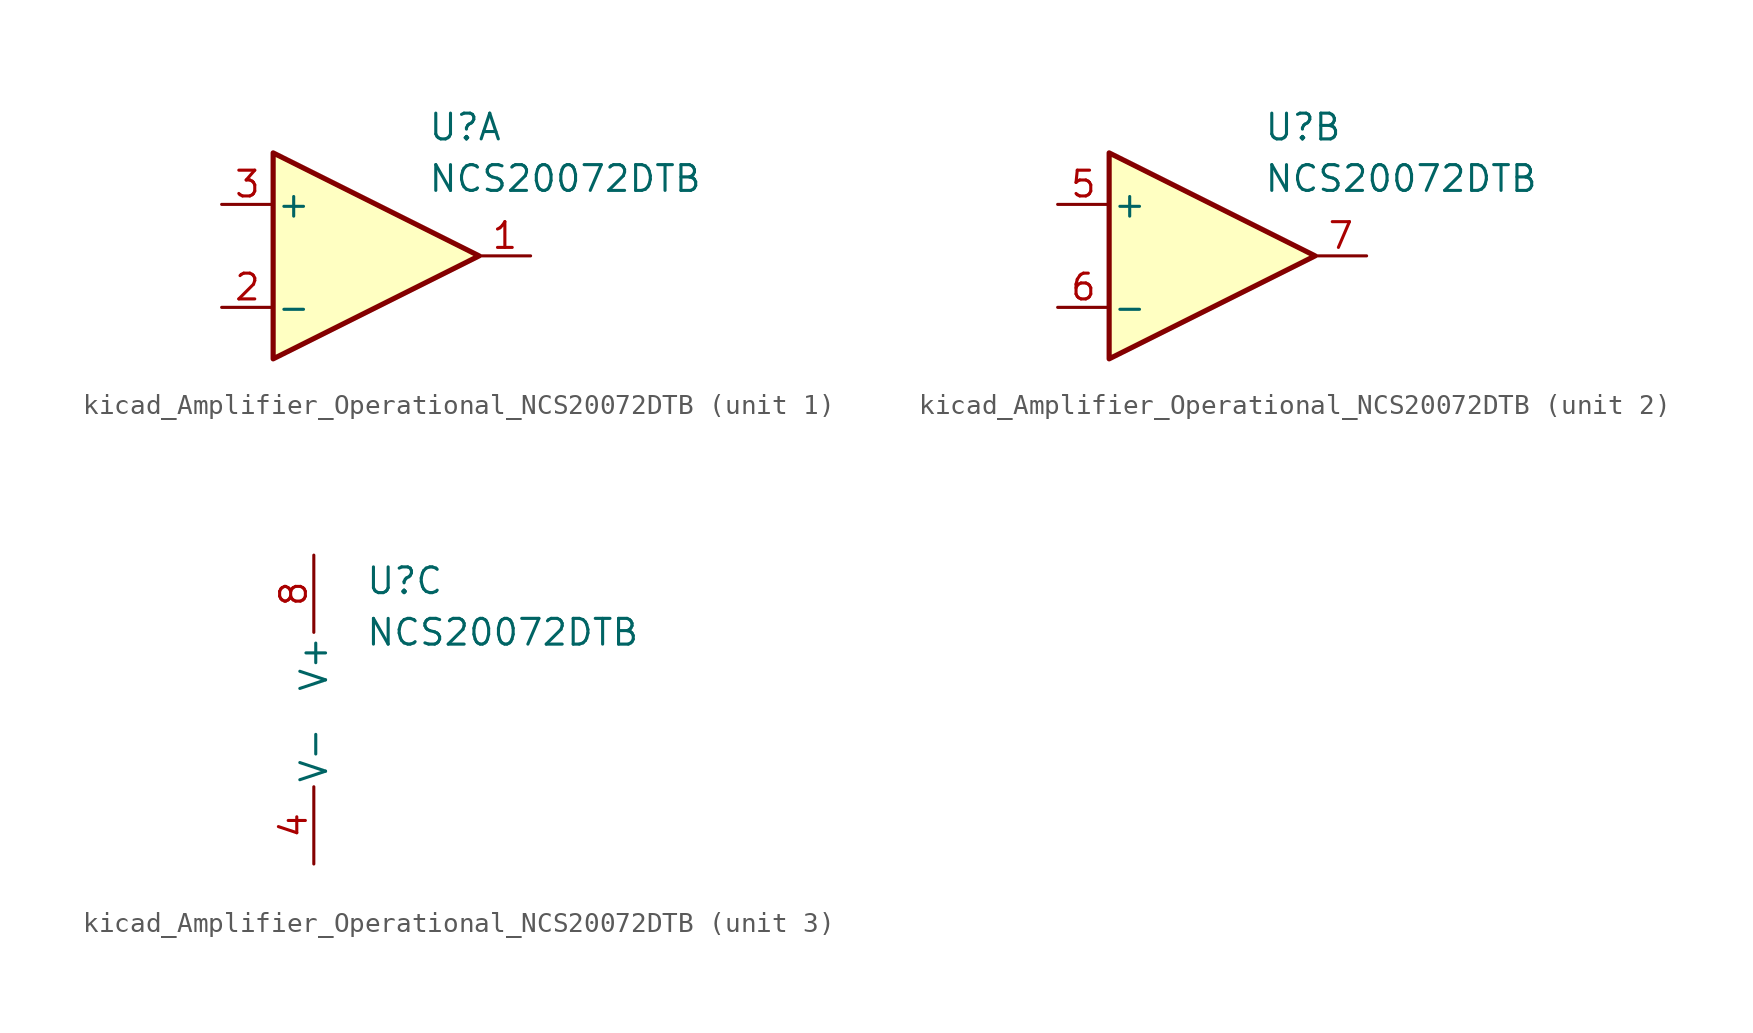
<source format=kicad_sym>
(kicad_symbol_lib
  (version 20220914)
  (generator kicad_symbol_editor)
  (symbol "kicad_Amplifier_Operational_NCS20072DTB"
    (pin_names
      (offset 0.127))
    (property "Reference" "U"
      (at 2.54 6.35 0)
      (effects (font (size 1.27 1.27)) (justify left)))
    (property "Value" "NCS20072DTB"
      (at 2.54 3.81 0)
      (effects (font (size 1.27 1.27)) (justify left)))
    (property "ki_locked" ""
      (at 0 0 0)
      (effects (font (size 1.27 1.27))))
    (symbol "kicad_Amplifier_Operational_NCS20072DTB_1_1"
      (polyline (pts (xy 5.08 0) (xy -5.08 5.08) (xy -5.08 -5.08) (xy 5.08 0)) (stroke (width 0.254) (type default)) (fill (type background)))
      (pin output line (at 7.62 0 180) (length 2.54) (name "~" (effects (font (size 1.27 1.27)))) (number "1" (effects (font (size 1.27 1.27)))))
      (pin input line (at -7.62 -2.54 0) (length 2.54) (name "-" (effects (font (size 1.27 1.27)))) (number "2" (effects (font (size 1.27 1.27)))))
      (pin input line (at -7.62 2.54 0) (length 2.54) (name "+" (effects (font (size 1.27 1.27)))) (number "3" (effects (font (size 1.27 1.27))))))
    (symbol "kicad_Amplifier_Operational_NCS20072DTB_2_1"
      (polyline (pts (xy 5.08 0) (xy -5.08 5.08) (xy -5.08 -5.08) (xy 5.08 0)) (stroke (width 0.254) (type default)) (fill (type background)))
      (pin input line (at -7.62 2.54 0) (length 2.54) (name "+" (effects (font (size 1.27 1.27)))) (number "5" (effects (font (size 1.27 1.27)))))
      (pin input line (at -7.62 -2.54 0) (length 2.54) (name "-" (effects (font (size 1.27 1.27)))) (number "6" (effects (font (size 1.27 1.27)))))
      (pin output line (at 7.62 0 180) (length 2.54) (name "~" (effects (font (size 1.27 1.27)))) (number "7" (effects (font (size 1.27 1.27))))))
    (symbol "kicad_Amplifier_Operational_NCS20072DTB_3_1"
      (pin power_in line (at 0 -7.62 90) (length 3.81) (name "V-" (effects (font (size 1.27 1.27)))) (number "4" (effects (font (size 1.27 1.27)))))
      (pin power_in line (at 0 7.62 270) (length 3.81) (name "V+" (effects (font (size 1.27 1.27)))) (number "8" (effects (font (size 1.27 1.27))))))))
</source>
